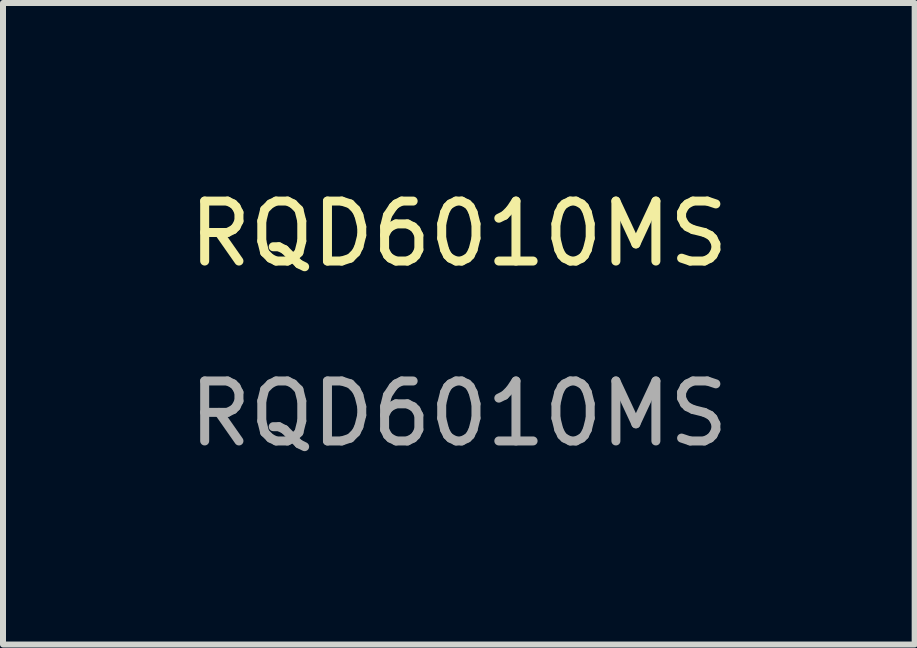
<source format=kicad_pcb>
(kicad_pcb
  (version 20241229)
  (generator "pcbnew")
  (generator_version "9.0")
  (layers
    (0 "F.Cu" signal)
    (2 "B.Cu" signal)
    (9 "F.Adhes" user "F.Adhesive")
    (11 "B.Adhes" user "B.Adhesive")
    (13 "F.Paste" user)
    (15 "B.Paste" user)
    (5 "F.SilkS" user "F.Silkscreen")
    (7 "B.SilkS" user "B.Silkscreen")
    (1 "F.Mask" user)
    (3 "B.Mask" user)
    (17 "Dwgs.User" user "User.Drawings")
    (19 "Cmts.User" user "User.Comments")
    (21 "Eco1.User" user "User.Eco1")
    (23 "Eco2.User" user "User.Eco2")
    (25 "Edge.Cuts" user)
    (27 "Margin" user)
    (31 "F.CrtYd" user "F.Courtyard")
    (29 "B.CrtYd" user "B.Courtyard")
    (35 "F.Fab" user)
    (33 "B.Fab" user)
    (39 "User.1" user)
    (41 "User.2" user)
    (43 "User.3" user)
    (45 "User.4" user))
  (footprint "RQD6010MS"
    (layer "F.Cu")
    (at 4.601 1.348)
    (property "Reference" "RQD6010MS" (at 0 -0.5 0) (unlocked yes) (layer "F.SilkS") (effects (font (size 1 1) (thickness 0.15))))
    (fp_text user "${REFERENCE}" (at 0 2.5 0) (unlocked yes) (layer "F.Fab") (effects (font (size 1 1) (thickness 0.15)))))
  (gr_rect
    (start -3 -3)
    (end 12.202 7.697)
    (stroke (width 0.1) (type default))
    (fill no)
    (layer "Edge.Cuts")))
</source>
